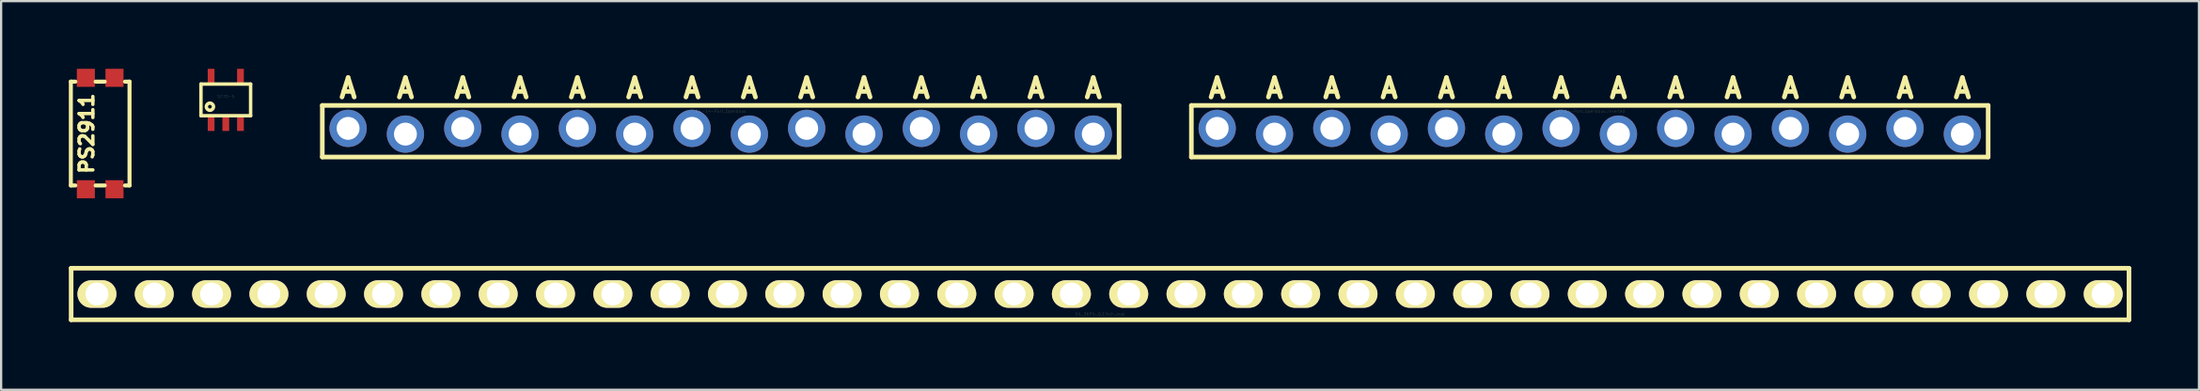
<source format=kicad_pcb>
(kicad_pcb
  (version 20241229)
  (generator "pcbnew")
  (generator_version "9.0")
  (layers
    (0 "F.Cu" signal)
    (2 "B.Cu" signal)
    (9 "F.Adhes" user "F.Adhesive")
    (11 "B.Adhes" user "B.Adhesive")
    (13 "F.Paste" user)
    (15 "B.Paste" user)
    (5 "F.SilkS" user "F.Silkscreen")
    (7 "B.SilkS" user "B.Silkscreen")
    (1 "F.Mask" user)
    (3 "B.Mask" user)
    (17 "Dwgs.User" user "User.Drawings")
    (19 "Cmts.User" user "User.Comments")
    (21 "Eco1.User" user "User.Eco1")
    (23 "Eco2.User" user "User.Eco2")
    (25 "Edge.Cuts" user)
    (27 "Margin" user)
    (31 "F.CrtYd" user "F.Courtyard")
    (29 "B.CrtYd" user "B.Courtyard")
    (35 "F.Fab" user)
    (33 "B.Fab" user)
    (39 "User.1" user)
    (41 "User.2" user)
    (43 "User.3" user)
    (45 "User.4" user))
  (footprint "SIL-14-Port_Opendous_Inverted"
    (layer "F.Cu")
    (at 67.395 2.767)
    (property "Reference" "SIL-14-Port_Opendous_Inverted" (at 0 -0.889 0) (layer "F.SilkS") (effects (font (size 0.127 0.127) (thickness 0.003))))
    (attr through_hole)
    (fp_line (start -17.653 -1.143) (end 17.653 -1.143) (stroke (width 0.203) (type solid)) (layer "F.SilkS"))
    (fp_line (start -17.653 1.143) (end -17.653 -1.143) (stroke (width 0.203) (type solid)) (layer "F.SilkS"))
    (fp_line (start 17.653 -1.143) (end 17.653 1.143) (stroke (width 0.203) (type solid)) (layer "F.SilkS"))
    (fp_line (start 17.653 1.143) (end -17.653 1.143) (stroke (width 0.203) (type solid)) (layer "F.SilkS"))
    (fp_text user "A" (at -3.81 -1.905 0) (layer "F.SilkS") (effects (font (size 0.864 0.813) (thickness 0.203))))
    (fp_text user "A" (at -1.27 -1.905 0) (layer "F.SilkS") (effects (font (size 0.864 0.813) (thickness 0.203))))
    (fp_text user "A" (at -6.35 -1.905 0) (layer "F.SilkS") (effects (font (size 0.864 0.813) (thickness 0.203))))
    (fp_text user "A" (at 11.43 -1.905 0) (layer "F.SilkS") (effects (font (size 0.864 0.813) (thickness 0.203))))
    (fp_text user "A" (at -13.97 -1.905 0) (layer "F.SilkS") (effects (font (size 0.864 0.813) (thickness 0.203))))
    (fp_text user "A" (at 8.89 -1.905 0) (layer "F.SilkS") (effects (font (size 0.864 0.813) (thickness 0.203))))
    (fp_text user "A" (at 16.51 -1.905 0) (layer "F.SilkS") (effects (font (size 0.864 0.813) (thickness 0.203))))
    (fp_text user "A" (at -8.89 -1.905 0) (layer "F.SilkS") (effects (font (size 0.864 0.813) (thickness 0.203))))
    (fp_text user "A" (at 13.97 -1.905 0) (layer "F.SilkS") (effects (font (size 0.864 0.813) (thickness 0.203))))
    (fp_text user "A" (at 1.27 -1.905 0) (layer "F.SilkS") (effects (font (size 0.864 0.813) (thickness 0.203))))
    (fp_text user "A" (at -11.43 -1.905 0) (layer "F.SilkS") (effects (font (size 0.864 0.813) (thickness 0.203))))
    (fp_text user "A" (at -16.51 -1.905 0) (layer "F.SilkS") (effects (font (size 0.864 0.813) (thickness 0.203))))
    (fp_text user "A" (at 3.81 -1.905 0) (layer "F.SilkS") (effects (font (size 0.864 0.813) (thickness 0.203))))
    (fp_text user "A" (at 6.35 -1.905 0) (layer "F.SilkS") (effects (font (size 0.864 0.813) (thickness 0.203))))
    (pad "1" thru_hole circle (at 16.51 0.127) (size 1.651 1.651) (drill 1.016) (layers "*.Cu" "*.Mask"))
    (pad "2" thru_hole circle (at 13.97 -0.127) (size 1.651 1.651) (drill 1.016) (layers "*.Cu" "*.Mask"))
    (pad "3" thru_hole circle (at 11.43 0.127) (size 1.651 1.651) (drill 1.016) (layers "*.Cu" "*.Mask"))
    (pad "4" thru_hole circle (at 8.89 -0.127) (size 1.651 1.651) (drill 1.016) (layers "*.Cu" "*.Mask"))
    (pad "5" thru_hole circle (at 6.35 0.127) (size 1.651 1.651) (drill 1.016) (layers "*.Cu" "*.Mask"))
    (pad "6" thru_hole circle (at 3.81 -0.127) (size 1.651 1.651) (drill 1.016) (layers "*.Cu" "*.Mask"))
    (pad "7" thru_hole circle (at 1.27 0.127) (size 1.651 1.651) (drill 1.016) (layers "*.Cu" "*.Mask"))
    (pad "8" thru_hole circle (at -1.27 -0.127) (size 1.651 1.651) (drill 1.016) (layers "*.Cu" "*.Mask"))
    (pad "9" thru_hole circle (at -3.81 0.127) (size 1.651 1.651) (drill 1.016) (layers "*.Cu" "*.Mask"))
    (pad "10" thru_hole circle (at -6.35 -0.127) (size 1.651 1.651) (drill 1.016) (layers "*.Cu" "*.Mask"))
    (pad "11" thru_hole circle (at -8.89 0.127) (size 1.651 1.651) (drill 1.016) (layers "*.Cu" "*.Mask"))
    (pad "12" thru_hole circle (at -11.43 -0.127) (size 1.651 1.651) (drill 1.016) (layers "*.Cu" "*.Mask"))
    (pad "13" thru_hole circle (at -13.97 0.127) (size 1.651 1.651) (drill 1.016) (layers "*.Cu" "*.Mask"))
    (pad "14" thru_hole circle (at -16.51 -0.127) (size 1.651 1.651) (drill 1.016) (layers "*.Cu" "*.Mask")))
  (footprint "SIL-14-Port_Opendous"
    (layer "F.Cu")
    (at 28.885 2.767)
    (property "Reference" "SIL-14-Port_Opendous" (at 0 -0.889 0) (layer "F.SilkS") (effects (font (size 0.127 0.127) (thickness 0.003))))
    (attr through_hole)
    (fp_line (start -17.653 -1.143) (end 17.653 -1.143) (stroke (width 0.203) (type solid)) (layer "F.SilkS"))
    (fp_line (start -17.653 1.143) (end -17.653 -1.143) (stroke (width 0.203) (type solid)) (layer "F.SilkS"))
    (fp_line (start 17.653 -1.143) (end 17.653 1.143) (stroke (width 0.203) (type solid)) (layer "F.SilkS"))
    (fp_line (start 17.653 1.143) (end -17.653 1.143) (stroke (width 0.203) (type solid)) (layer "F.SilkS"))
    (fp_text user "A" (at -13.97 -1.905 180) (layer "F.SilkS") (effects (font (size 0.864 0.813) (thickness 0.203))))
    (fp_text user "A" (at 3.81 -1.905 180) (layer "F.SilkS") (effects (font (size 0.864 0.813) (thickness 0.203))))
    (fp_text user "A" (at 11.43 -1.905 180) (layer "F.SilkS") (effects (font (size 0.864 0.813) (thickness 0.203))))
    (fp_text user "A" (at -6.35 -1.905 180) (layer "F.SilkS") (effects (font (size 0.864 0.813) (thickness 0.203))))
    (fp_text user "A" (at -8.89 -1.905 180) (layer "F.SilkS") (effects (font (size 0.864 0.813) (thickness 0.203))))
    (fp_text user "A" (at -16.51 -1.905 180) (layer "F.SilkS") (effects (font (size 0.864 0.813) (thickness 0.203))))
    (fp_text user "A" (at -1.27 -1.905 180) (layer "F.SilkS") (effects (font (size 0.864 0.813) (thickness 0.203))))
    (fp_text user "A" (at 13.97 -1.905 180) (layer "F.SilkS") (effects (font (size 0.864 0.813) (thickness 0.203))))
    (fp_text user "A" (at 16.51 -1.905 180) (layer "F.SilkS") (effects (font (size 0.864 0.813) (thickness 0.203))))
    (fp_text user "A" (at -3.81 -1.905 180) (layer "F.SilkS") (effects (font (size 0.864 0.813) (thickness 0.203))))
    (fp_text user "A" (at 1.27 -1.905 180) (layer "F.SilkS") (effects (font (size 0.864 0.813) (thickness 0.203))))
    (fp_text user "A" (at 6.35 -1.905 180) (layer "F.SilkS") (effects (font (size 0.864 0.813) (thickness 0.203))))
    (fp_text user "A" (at 8.89 -1.905 180) (layer "F.SilkS") (effects (font (size 0.864 0.813) (thickness 0.203))))
    (fp_text user "A" (at -11.43 -1.905 180) (layer "F.SilkS") (effects (font (size 0.864 0.813) (thickness 0.203))))
    (pad "1" thru_hole circle (at -16.51 -0.127 180) (size 1.651 1.651) (drill 1.016) (layers "*.Cu" "*.Mask"))
    (pad "2" thru_hole circle (at -13.97 0.127 180) (size 1.651 1.651) (drill 1.016) (layers "*.Cu" "*.Mask"))
    (pad "3" thru_hole circle (at -11.43 -0.127 180) (size 1.651 1.651) (drill 1.016) (layers "*.Cu" "*.Mask"))
    (pad "4" thru_hole circle (at -8.89 0.127 180) (size 1.651 1.651) (drill 1.016) (layers "*.Cu" "*.Mask"))
    (pad "5" thru_hole circle (at -6.35 -0.127 180) (size 1.651 1.651) (drill 1.016) (layers "*.Cu" "*.Mask"))
    (pad "6" thru_hole circle (at -3.81 0.127 180) (size 1.651 1.651) (drill 1.016) (layers "*.Cu" "*.Mask"))
    (pad "7" thru_hole circle (at -1.27 -0.127 180) (size 1.651 1.651) (drill 1.016) (layers "*.Cu" "*.Mask"))
    (pad "8" thru_hole circle (at 1.27 0.127 180) (size 1.651 1.651) (drill 1.016) (layers "*.Cu" "*.Mask"))
    (pad "9" thru_hole circle (at 3.81 -0.127 180) (size 1.651 1.651) (drill 1.016) (layers "*.Cu" "*.Mask"))
    (pad "10" thru_hole circle (at 6.35 0.127 180) (size 1.651 1.651) (drill 1.016) (layers "*.Cu" "*.Mask"))
    (pad "11" thru_hole circle (at 8.89 -0.127 180) (size 1.651 1.651) (drill 1.016) (layers "*.Cu" "*.Mask"))
    (pad "12" thru_hole circle (at 11.43 0.127 180) (size 1.651 1.651) (drill 1.016) (layers "*.Cu" "*.Mask"))
    (pad "13" thru_hole circle (at 13.97 -0.127 180) (size 1.651 1.651) (drill 1.016) (layers "*.Cu" "*.Mask"))
    (pad "14" thru_hole circle (at 16.51 0.127 180) (size 1.651 1.651) (drill 1.016) (layers "*.Cu" "*.Mask")))
  (footprint "SIL_36Pin_0.1inch_oval"
    (layer "F.Cu")
    (at 45.695 9.982)
    (property "Reference" "SIL_36Pin_0.1inch_oval" (at 0 0.889 0) (layer "F.SilkS") (effects (font (size 0.127 0.127) (thickness 0.003))))
    (attr through_hole)
    (fp_line (start -45.593 -1.143) (end -45.593 1.143) (stroke (width 0.203) (type solid)) (layer "F.SilkS"))
    (fp_line (start -45.593 -1.143) (end 45.593 -1.143) (stroke (width 0.203) (type solid)) (layer "F.SilkS"))
    (fp_line (start 45.593 -1.143) (end 45.593 1.143) (stroke (width 0.203) (type solid)) (layer "F.SilkS"))
    (fp_line (start 45.593 1.143) (end -45.593 1.143) (stroke (width 0.203) (type solid)) (layer "F.SilkS"))
    (pad "1" thru_hole oval (at -44.45 0) (size 1.727 1.219) (drill 1.016) (layers "*.Cu" "*.Mask" "F.SilkS"))
    (pad "2" thru_hole oval (at -41.91 0) (size 1.727 1.219) (drill 1.016) (layers "*.Cu" "*.Mask" "F.SilkS"))
    (pad "3" thru_hole oval (at -39.37 0) (size 1.727 1.219) (drill 1.016) (layers "*.Cu" "*.Mask" "F.SilkS"))
    (pad "4" thru_hole oval (at -36.83 0) (size 1.727 1.219) (drill 1.016) (layers "*.Cu" "*.Mask" "F.SilkS"))
    (pad "5" thru_hole oval (at -34.29 0) (size 1.727 1.219) (drill 1.016) (layers "*.Cu" "*.Mask" "F.SilkS"))
    (pad "6" thru_hole oval (at -31.75 0) (size 1.727 1.219) (drill 1.016) (layers "*.Cu" "*.Mask" "F.SilkS"))
    (pad "7" thru_hole oval (at -29.21 0) (size 1.727 1.219) (drill 1.016) (layers "*.Cu" "*.Mask" "F.SilkS"))
    (pad "8" thru_hole oval (at -26.67 0) (size 1.727 1.219) (drill 1.016) (layers "*.Cu" "*.Mask" "F.SilkS"))
    (pad "9" thru_hole oval (at -24.13 0) (size 1.727 1.219) (drill 1.016) (layers "*.Cu" "*.Mask" "F.SilkS"))
    (pad "10" thru_hole oval (at -21.59 0) (size 1.727 1.219) (drill 1.016) (layers "*.Cu" "*.Mask" "F.SilkS"))
    (pad "11" thru_hole oval (at -19.05 0) (size 1.727 1.219) (drill 1.016) (layers "*.Cu" "*.Mask" "F.SilkS"))
    (pad "12" thru_hole oval (at -16.51 0) (size 1.727 1.219) (drill 1.016) (layers "*.Cu" "*.Mask" "F.SilkS"))
    (pad "13" thru_hole oval (at -13.97 0) (size 1.727 1.219) (drill 1.016) (layers "*.Cu" "*.Mask" "F.SilkS"))
    (pad "14" thru_hole oval (at -11.43 0) (size 1.727 1.219) (drill 1.016) (layers "*.Cu" "*.Mask" "F.SilkS"))
    (pad "15" thru_hole oval (at -8.89 0) (size 1.727 1.219) (drill 1.016) (layers "*.Cu" "*.Mask" "F.SilkS"))
    (pad "16" thru_hole oval (at -6.35 0) (size 1.727 1.219) (drill 1.016) (layers "*.Cu" "*.Mask" "F.SilkS"))
    (pad "17" thru_hole oval (at -3.81 0) (size 1.727 1.219) (drill 1.016) (layers "*.Cu" "*.Mask" "F.SilkS"))
    (pad "18" thru_hole oval (at -1.27 0) (size 1.727 1.219) (drill 1.016) (layers "*.Cu" "*.Mask" "F.SilkS"))
    (pad "19" thru_hole oval (at 1.27 0) (size 1.727 1.219) (drill 1.016) (layers "*.Cu" "*.Mask" "F.SilkS"))
    (pad "20" thru_hole oval (at 3.81 0) (size 1.727 1.219) (drill 1.016) (layers "*.Cu" "*.Mask" "F.SilkS"))
    (pad "21" thru_hole oval (at 6.35 0) (size 1.727 1.219) (drill 1.016) (layers "*.Cu" "*.Mask" "F.SilkS"))
    (pad "22" thru_hole oval (at 8.89 0) (size 1.727 1.219) (drill 1.016) (layers "*.Cu" "*.Mask" "F.SilkS"))
    (pad "23" thru_hole oval (at 11.43 0) (size 1.727 1.219) (drill 1.016) (layers "*.Cu" "*.Mask" "F.SilkS"))
    (pad "24" thru_hole oval (at 13.97 0) (size 1.727 1.219) (drill 1.016) (layers "*.Cu" "*.Mask" "F.SilkS"))
    (pad "25" thru_hole oval (at 16.51 0) (size 1.727 1.219) (drill 1.016) (layers "*.Cu" "*.Mask" "F.SilkS"))
    (pad "26" thru_hole oval (at 19.05 0) (size 1.727 1.219) (drill 1.016) (layers "*.Cu" "*.Mask" "F.SilkS"))
    (pad "27" thru_hole oval (at 21.59 0) (size 1.727 1.219) (drill 1.016) (layers "*.Cu" "*.Mask" "F.SilkS"))
    (pad "28" thru_hole oval (at 24.13 0) (size 1.727 1.219) (drill 1.016) (layers "*.Cu" "*.Mask" "F.SilkS"))
    (pad "29" thru_hole oval (at 26.67 0) (size 1.727 1.219) (drill 1.016) (layers "*.Cu" "*.Mask" "F.SilkS"))
    (pad "30" thru_hole oval (at 29.21 0) (size 1.727 1.219) (drill 1.016) (layers "*.Cu" "*.Mask" "F.SilkS"))
    (pad "31" thru_hole oval (at 31.75 0) (size 1.727 1.219) (drill 1.016) (layers "*.Cu" "*.Mask" "F.SilkS"))
    (pad "32" thru_hole oval (at 34.29 0) (size 1.727 1.219) (drill 1.016) (layers "*.Cu" "*.Mask" "F.SilkS"))
    (pad "33" thru_hole oval (at 36.83 0) (size 1.727 1.219) (drill 1.016) (layers "*.Cu" "*.Mask" "F.SilkS"))
    (pad "34" thru_hole oval (at 39.37 0) (size 1.727 1.219) (drill 1.016) (layers "*.Cu" "*.Mask" "F.SilkS"))
    (pad "35" thru_hole oval (at 41.91 0) (size 1.727 1.219) (drill 1.016) (layers "*.Cu" "*.Mask" "F.SilkS"))
    (pad "36" thru_hole oval (at 44.45 0) (size 1.727 1.219) (drill 1.016) (layers "*.Cu" "*.Mask" "F.SilkS")))
  (footprint "PS2911"
    (layer "F.Cu")
    (at 1.389 2.869)
    (property "Reference" "PS2911" (at -0.599 0 90) (layer "F.SilkS") (effects (font (size 0.61 0.61) (thickness 0.152))))
    (attr through_hole)
    (fp_line (start -1.3 -2.301) (end -1.3 2.301) (stroke (width 0.178) (type solid)) (layer "F.SilkS"))
    (fp_line (start -1.3 -2.301) (end -1.1 -2.301) (stroke (width 0.178) (type solid)) (layer "F.SilkS"))
    (fp_line (start -1.3 2.301) (end -1.1 2.301) (stroke (width 0.178) (type solid)) (layer "F.SilkS"))
    (fp_line (start -0.201 2.301) (end 0.201 2.301) (stroke (width 0.178) (type solid)) (layer "F.SilkS"))
    (fp_line (start 0.201 -2.301) (end -0.201 -2.301) (stroke (width 0.178) (type solid)) (layer "F.SilkS"))
    (fp_line (start 1.3 -2.301) (end 1.1 -2.301) (stroke (width 0.178) (type solid)) (layer "F.SilkS"))
    (fp_line (start 1.3 2.301) (end 1.1 2.301) (stroke (width 0.178) (type solid)) (layer "F.SilkS"))
    (fp_line (start 1.3 2.301) (end 1.3 -2.301) (stroke (width 0.178) (type solid)) (layer "F.SilkS"))
    (pad "1" smd rect (at -0.635 2.469) (size 0.8 0.8) (layers "F.Cu" "F.Mask" "F.Paste"))
    (pad "2" smd rect (at 0.635 2.469) (size 0.8 0.8) (layers "F.Cu" "F.Mask" "F.Paste"))
    (pad "3" smd rect (at 0.635 -2.469) (size 0.8 0.8) (layers "F.Cu" "F.Mask" "F.Paste"))
    (pad "4" smd rect (at -0.635 -2.469) (size 0.8 0.8) (layers "F.Cu" "F.Mask" "F.Paste")))
  (footprint "SC70-5"
    (layer "F.Cu")
    (at 6.955 1.377)
    (property "Reference" "SC70-5" (at 0 -0.15 0) (layer "F.SilkS") (effects (font (size 0.127 0.127) (thickness 0.003))))
    (attr smd)
    (fp_line (start -1.1 -0.701) (end -1.1 0.701) (stroke (width 0.152) (type solid)) (layer "F.SilkS"))
    (fp_line (start -1.1 0.701) (end 1.1 0.701) (stroke (width 0.152) (type solid)) (layer "F.SilkS"))
    (fp_line (start 1.1 -0.701) (end -1.1 -0.701) (stroke (width 0.152) (type solid)) (layer "F.SilkS"))
    (fp_line (start 1.1 0.701) (end 1.1 -0.701) (stroke (width 0.152) (type solid)) (layer "F.SilkS"))
    (fp_circle (center -0.704 0.302) (end -0.828 0.401) (stroke (width 0.152) (type solid)) (fill no) (layer "F.SilkS"))
    (pad "1" smd rect (at -0.65 1.052) (size 0.3 0.65) (layers "F.Cu" "F.Mask" "F.Paste"))
    (pad "2" smd rect (at 0 1.052) (size 0.3 0.65) (layers "F.Cu" "F.Mask" "F.Paste"))
    (pad "3" smd rect (at 0.65 1.052) (size 0.3 0.65) (layers "F.Cu" "F.Mask" "F.Paste"))
    (pad "4" smd rect (at 0.65 -1.052) (size 0.3 0.65) (layers "F.Cu" "F.Mask" "F.Paste"))
    (pad "5" smd rect (at -0.65 -1.052) (size 0.3 0.65) (layers "F.Cu" "F.Mask" "F.Paste")))
  (gr_rect
    (start -3 -3)
    (end 94.389 14.227)
    (stroke (width 0.1) (type default))
    (fill no)
    (layer "Edge.Cuts")))
</source>
